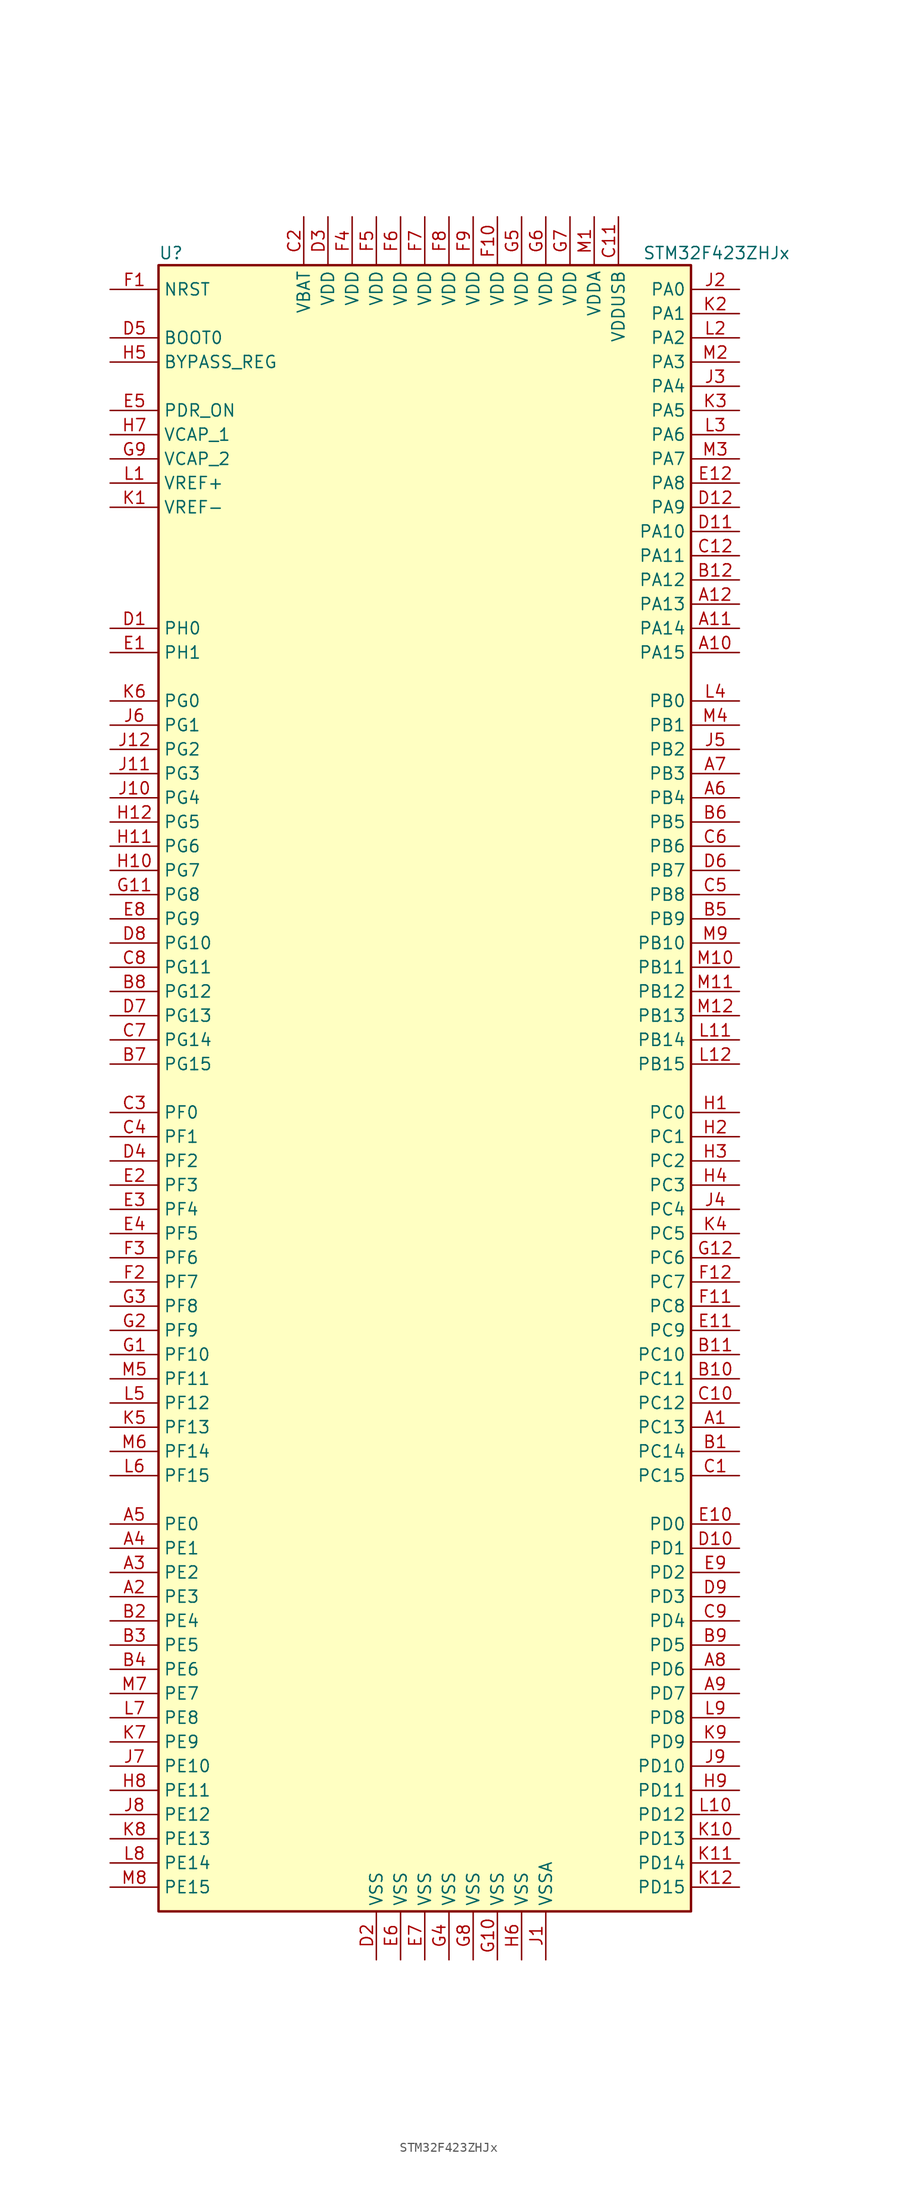
<source format=kicad_sym>
(kicad_symbol_lib
  (version 20220914)
  (generator kicad_symbol_editor)
  (symbol "STM32F423ZHJx"
    (property "Reference" "U"
      (at -27.94 87.63 0)
      (effects (font (size 1.27 1.27)) (justify left)))
    (property "Value" "STM32F423ZHJx"
      (at 22.86 87.63 0)
      (effects (font (size 1.27 1.27)) (justify left)))
    (symbol "STM32F423ZHJx_0_1"
      (rectangle (start -27.94 -86.36) (end 27.94 86.36) (stroke (width 0.254) (type default)) (fill (type background))))
    (symbol "STM32F423ZHJx_1_1"
      (pin bidirectional line (at 33.02 -35.56 180) (length 5.08) (name "PC13" (effects (font (size 1.27 1.27)))) (number "A1" (effects (font (size 1.27 1.27)))))
      (pin bidirectional line (at 33.02 45.72 180) (length 5.08) (name "PA15" (effects (font (size 1.27 1.27)))) (number "A10" (effects (font (size 1.27 1.27)))))
      (pin bidirectional line (at 33.02 48.26 180) (length 5.08) (name "PA14" (effects (font (size 1.27 1.27)))) (number "A11" (effects (font (size 1.27 1.27)))))
      (pin bidirectional line (at 33.02 50.8 180) (length 5.08) (name "PA13" (effects (font (size 1.27 1.27)))) (number "A12" (effects (font (size 1.27 1.27)))))
      (pin bidirectional line (at -33.02 -53.34 0) (length 5.08) (name "PE3" (effects (font (size 1.27 1.27)))) (number "A2" (effects (font (size 1.27 1.27)))))
      (pin bidirectional line (at -33.02 -50.8 0) (length 5.08) (name "PE2" (effects (font (size 1.27 1.27)))) (number "A3" (effects (font (size 1.27 1.27)))))
      (pin bidirectional line (at -33.02 -48.26 0) (length 5.08) (name "PE1" (effects (font (size 1.27 1.27)))) (number "A4" (effects (font (size 1.27 1.27)))))
      (pin bidirectional line (at -33.02 -45.72 0) (length 5.08) (name "PE0" (effects (font (size 1.27 1.27)))) (number "A5" (effects (font (size 1.27 1.27)))))
      (pin bidirectional line (at 33.02 30.48 180) (length 5.08) (name "PB4" (effects (font (size 1.27 1.27)))) (number "A6" (effects (font (size 1.27 1.27)))))
      (pin bidirectional line (at 33.02 33.02 180) (length 5.08) (name "PB3" (effects (font (size 1.27 1.27)))) (number "A7" (effects (font (size 1.27 1.27)))))
      (pin bidirectional line (at 33.02 -60.96 180) (length 5.08) (name "PD6" (effects (font (size 1.27 1.27)))) (number "A8" (effects (font (size 1.27 1.27)))))
      (pin bidirectional line (at 33.02 -63.5 180) (length 5.08) (name "PD7" (effects (font (size 1.27 1.27)))) (number "A9" (effects (font (size 1.27 1.27)))))
      (pin bidirectional line (at 33.02 -38.1 180) (length 5.08) (name "PC14" (effects (font (size 1.27 1.27)))) (number "B1" (effects (font (size 1.27 1.27)))))
      (pin bidirectional line (at 33.02 -30.48 180) (length 5.08) (name "PC11" (effects (font (size 1.27 1.27)))) (number "B10" (effects (font (size 1.27 1.27)))))
      (pin bidirectional line (at 33.02 -27.94 180) (length 5.08) (name "PC10" (effects (font (size 1.27 1.27)))) (number "B11" (effects (font (size 1.27 1.27)))))
      (pin bidirectional line (at 33.02 53.34 180) (length 5.08) (name "PA12" (effects (font (size 1.27 1.27)))) (number "B12" (effects (font (size 1.27 1.27)))))
      (pin bidirectional line (at -33.02 -55.88 0) (length 5.08) (name "PE4" (effects (font (size 1.27 1.27)))) (number "B2" (effects (font (size 1.27 1.27)))))
      (pin bidirectional line (at -33.02 -58.42 0) (length 5.08) (name "PE5" (effects (font (size 1.27 1.27)))) (number "B3" (effects (font (size 1.27 1.27)))))
      (pin bidirectional line (at -33.02 -60.96 0) (length 5.08) (name "PE6" (effects (font (size 1.27 1.27)))) (number "B4" (effects (font (size 1.27 1.27)))))
      (pin bidirectional line (at 33.02 17.78 180) (length 5.08) (name "PB9" (effects (font (size 1.27 1.27)))) (number "B5" (effects (font (size 1.27 1.27)))))
      (pin bidirectional line (at 33.02 27.94 180) (length 5.08) (name "PB5" (effects (font (size 1.27 1.27)))) (number "B6" (effects (font (size 1.27 1.27)))))
      (pin bidirectional line (at -33.02 2.54 0) (length 5.08) (name "PG15" (effects (font (size 1.27 1.27)))) (number "B7" (effects (font (size 1.27 1.27)))))
      (pin bidirectional line (at -33.02 10.16 0) (length 5.08) (name "PG12" (effects (font (size 1.27 1.27)))) (number "B8" (effects (font (size 1.27 1.27)))))
      (pin bidirectional line (at 33.02 -58.42 180) (length 5.08) (name "PD5" (effects (font (size 1.27 1.27)))) (number "B9" (effects (font (size 1.27 1.27)))))
      (pin bidirectional line (at 33.02 -40.64 180) (length 5.08) (name "PC15" (effects (font (size 1.27 1.27)))) (number "C1" (effects (font (size 1.27 1.27)))))
      (pin bidirectional line (at 33.02 -33.02 180) (length 5.08) (name "PC12" (effects (font (size 1.27 1.27)))) (number "C10" (effects (font (size 1.27 1.27)))))
      (pin power_in line (at 20.32 91.44 270) (length 5.08) (name "VDDUSB" (effects (font (size 1.27 1.27)))) (number "C11" (effects (font (size 1.27 1.27)))))
      (pin bidirectional line (at 33.02 55.88 180) (length 5.08) (name "PA11" (effects (font (size 1.27 1.27)))) (number "C12" (effects (font (size 1.27 1.27)))))
      (pin power_in line (at -12.7 91.44 270) (length 5.08) (name "VBAT" (effects (font (size 1.27 1.27)))) (number "C2" (effects (font (size 1.27 1.27)))))
      (pin bidirectional line (at -33.02 -2.54 0) (length 5.08) (name "PF0" (effects (font (size 1.27 1.27)))) (number "C3" (effects (font (size 1.27 1.27)))))
      (pin bidirectional line (at -33.02 -5.08 0) (length 5.08) (name "PF1" (effects (font (size 1.27 1.27)))) (number "C4" (effects (font (size 1.27 1.27)))))
      (pin bidirectional line (at 33.02 20.32 180) (length 5.08) (name "PB8" (effects (font (size 1.27 1.27)))) (number "C5" (effects (font (size 1.27 1.27)))))
      (pin bidirectional line (at 33.02 25.4 180) (length 5.08) (name "PB6" (effects (font (size 1.27 1.27)))) (number "C6" (effects (font (size 1.27 1.27)))))
      (pin bidirectional line (at -33.02 5.08 0) (length 5.08) (name "PG14" (effects (font (size 1.27 1.27)))) (number "C7" (effects (font (size 1.27 1.27)))))
      (pin bidirectional line (at -33.02 12.7 0) (length 5.08) (name "PG11" (effects (font (size 1.27 1.27)))) (number "C8" (effects (font (size 1.27 1.27)))))
      (pin bidirectional line (at 33.02 -55.88 180) (length 5.08) (name "PD4" (effects (font (size 1.27 1.27)))) (number "C9" (effects (font (size 1.27 1.27)))))
      (pin input line (at -33.02 48.26 0) (length 5.08) (name "PH0" (effects (font (size 1.27 1.27)))) (number "D1" (effects (font (size 1.27 1.27)))))
      (pin bidirectional line (at 33.02 -48.26 180) (length 5.08) (name "PD1" (effects (font (size 1.27 1.27)))) (number "D10" (effects (font (size 1.27 1.27)))))
      (pin bidirectional line (at 33.02 58.42 180) (length 5.08) (name "PA10" (effects (font (size 1.27 1.27)))) (number "D11" (effects (font (size 1.27 1.27)))))
      (pin bidirectional line (at 33.02 60.96 180) (length 5.08) (name "PA9" (effects (font (size 1.27 1.27)))) (number "D12" (effects (font (size 1.27 1.27)))))
      (pin power_in line (at -5.08 -91.44 90) (length 5.08) (name "VSS" (effects (font (size 1.27 1.27)))) (number "D2" (effects (font (size 1.27 1.27)))))
      (pin power_in line (at -10.16 91.44 270) (length 5.08) (name "VDD" (effects (font (size 1.27 1.27)))) (number "D3" (effects (font (size 1.27 1.27)))))
      (pin bidirectional line (at -33.02 -7.62 0) (length 5.08) (name "PF2" (effects (font (size 1.27 1.27)))) (number "D4" (effects (font (size 1.27 1.27)))))
      (pin input line (at -33.02 78.74 0) (length 5.08) (name "BOOT0" (effects (font (size 1.27 1.27)))) (number "D5" (effects (font (size 1.27 1.27)))))
      (pin bidirectional line (at 33.02 22.86 180) (length 5.08) (name "PB7" (effects (font (size 1.27 1.27)))) (number "D6" (effects (font (size 1.27 1.27)))))
      (pin bidirectional line (at -33.02 7.62 0) (length 5.08) (name "PG13" (effects (font (size 1.27 1.27)))) (number "D7" (effects (font (size 1.27 1.27)))))
      (pin bidirectional line (at -33.02 15.24 0) (length 5.08) (name "PG10" (effects (font (size 1.27 1.27)))) (number "D8" (effects (font (size 1.27 1.27)))))
      (pin bidirectional line (at 33.02 -53.34 180) (length 5.08) (name "PD3" (effects (font (size 1.27 1.27)))) (number "D9" (effects (font (size 1.27 1.27)))))
      (pin input line (at -33.02 45.72 0) (length 5.08) (name "PH1" (effects (font (size 1.27 1.27)))) (number "E1" (effects (font (size 1.27 1.27)))))
      (pin bidirectional line (at 33.02 -45.72 180) (length 5.08) (name "PD0" (effects (font (size 1.27 1.27)))) (number "E10" (effects (font (size 1.27 1.27)))))
      (pin bidirectional line (at 33.02 -25.4 180) (length 5.08) (name "PC9" (effects (font (size 1.27 1.27)))) (number "E11" (effects (font (size 1.27 1.27)))))
      (pin bidirectional line (at 33.02 63.5 180) (length 5.08) (name "PA8" (effects (font (size 1.27 1.27)))) (number "E12" (effects (font (size 1.27 1.27)))))
      (pin bidirectional line (at -33.02 -10.16 0) (length 5.08) (name "PF3" (effects (font (size 1.27 1.27)))) (number "E2" (effects (font (size 1.27 1.27)))))
      (pin bidirectional line (at -33.02 -12.7 0) (length 5.08) (name "PF4" (effects (font (size 1.27 1.27)))) (number "E3" (effects (font (size 1.27 1.27)))))
      (pin bidirectional line (at -33.02 -15.24 0) (length 5.08) (name "PF5" (effects (font (size 1.27 1.27)))) (number "E4" (effects (font (size 1.27 1.27)))))
      (pin power_in line (at -33.02 71.12 0) (length 5.08) (name "PDR_ON" (effects (font (size 1.27 1.27)))) (number "E5" (effects (font (size 1.27 1.27)))))
      (pin power_in line (at -2.54 -91.44 90) (length 5.08) (name "VSS" (effects (font (size 1.27 1.27)))) (number "E6" (effects (font (size 1.27 1.27)))))
      (pin power_in line (at 0 -91.44 90) (length 5.08) (name "VSS" (effects (font (size 1.27 1.27)))) (number "E7" (effects (font (size 1.27 1.27)))))
      (pin bidirectional line (at -33.02 17.78 0) (length 5.08) (name "PG9" (effects (font (size 1.27 1.27)))) (number "E8" (effects (font (size 1.27 1.27)))))
      (pin bidirectional line (at 33.02 -50.8 180) (length 5.08) (name "PD2" (effects (font (size 1.27 1.27)))) (number "E9" (effects (font (size 1.27 1.27)))))
      (pin input line (at -33.02 83.82 0) (length 5.08) (name "NRST" (effects (font (size 1.27 1.27)))) (number "F1" (effects (font (size 1.27 1.27)))))
      (pin power_in line (at 7.62 91.44 270) (length 5.08) (name "VDD" (effects (font (size 1.27 1.27)))) (number "F10" (effects (font (size 1.27 1.27)))))
      (pin bidirectional line (at 33.02 -22.86 180) (length 5.08) (name "PC8" (effects (font (size 1.27 1.27)))) (number "F11" (effects (font (size 1.27 1.27)))))
      (pin bidirectional line (at 33.02 -20.32 180) (length 5.08) (name "PC7" (effects (font (size 1.27 1.27)))) (number "F12" (effects (font (size 1.27 1.27)))))
      (pin bidirectional line (at -33.02 -20.32 0) (length 5.08) (name "PF7" (effects (font (size 1.27 1.27)))) (number "F2" (effects (font (size 1.27 1.27)))))
      (pin bidirectional line (at -33.02 -17.78 0) (length 5.08) (name "PF6" (effects (font (size 1.27 1.27)))) (number "F3" (effects (font (size 1.27 1.27)))))
      (pin power_in line (at -7.62 91.44 270) (length 5.08) (name "VDD" (effects (font (size 1.27 1.27)))) (number "F4" (effects (font (size 1.27 1.27)))))
      (pin power_in line (at -5.08 91.44 270) (length 5.08) (name "VDD" (effects (font (size 1.27 1.27)))) (number "F5" (effects (font (size 1.27 1.27)))))
      (pin power_in line (at -2.54 91.44 270) (length 5.08) (name "VDD" (effects (font (size 1.27 1.27)))) (number "F6" (effects (font (size 1.27 1.27)))))
      (pin power_in line (at 0 91.44 270) (length 5.08) (name "VDD" (effects (font (size 1.27 1.27)))) (number "F7" (effects (font (size 1.27 1.27)))))
      (pin power_in line (at 2.54 91.44 270) (length 5.08) (name "VDD" (effects (font (size 1.27 1.27)))) (number "F8" (effects (font (size 1.27 1.27)))))
      (pin power_in line (at 5.08 91.44 270) (length 5.08) (name "VDD" (effects (font (size 1.27 1.27)))) (number "F9" (effects (font (size 1.27 1.27)))))
      (pin bidirectional line (at -33.02 -27.94 0) (length 5.08) (name "PF10" (effects (font (size 1.27 1.27)))) (number "G1" (effects (font (size 1.27 1.27)))))
      (pin power_in line (at 7.62 -91.44 90) (length 5.08) (name "VSS" (effects (font (size 1.27 1.27)))) (number "G10" (effects (font (size 1.27 1.27)))))
      (pin bidirectional line (at -33.02 20.32 0) (length 5.08) (name "PG8" (effects (font (size 1.27 1.27)))) (number "G11" (effects (font (size 1.27 1.27)))))
      (pin bidirectional line (at 33.02 -17.78 180) (length 5.08) (name "PC6" (effects (font (size 1.27 1.27)))) (number "G12" (effects (font (size 1.27 1.27)))))
      (pin bidirectional line (at -33.02 -25.4 0) (length 5.08) (name "PF9" (effects (font (size 1.27 1.27)))) (number "G2" (effects (font (size 1.27 1.27)))))
      (pin bidirectional line (at -33.02 -22.86 0) (length 5.08) (name "PF8" (effects (font (size 1.27 1.27)))) (number "G3" (effects (font (size 1.27 1.27)))))
      (pin power_in line (at 2.54 -91.44 90) (length 5.08) (name "VSS" (effects (font (size 1.27 1.27)))) (number "G4" (effects (font (size 1.27 1.27)))))
      (pin power_in line (at 10.16 91.44 270) (length 5.08) (name "VDD" (effects (font (size 1.27 1.27)))) (number "G5" (effects (font (size 1.27 1.27)))))
      (pin power_in line (at 12.7 91.44 270) (length 5.08) (name "VDD" (effects (font (size 1.27 1.27)))) (number "G6" (effects (font (size 1.27 1.27)))))
      (pin power_in line (at 15.24 91.44 270) (length 5.08) (name "VDD" (effects (font (size 1.27 1.27)))) (number "G7" (effects (font (size 1.27 1.27)))))
      (pin power_in line (at 5.08 -91.44 90) (length 5.08) (name "VSS" (effects (font (size 1.27 1.27)))) (number "G8" (effects (font (size 1.27 1.27)))))
      (pin power_in line (at -33.02 66.04 0) (length 5.08) (name "VCAP_2" (effects (font (size 1.27 1.27)))) (number "G9" (effects (font (size 1.27 1.27)))))
      (pin bidirectional line (at 33.02 -2.54 180) (length 5.08) (name "PC0" (effects (font (size 1.27 1.27)))) (number "H1" (effects (font (size 1.27 1.27)))))
      (pin bidirectional line (at -33.02 22.86 0) (length 5.08) (name "PG7" (effects (font (size 1.27 1.27)))) (number "H10" (effects (font (size 1.27 1.27)))))
      (pin bidirectional line (at -33.02 25.4 0) (length 5.08) (name "PG6" (effects (font (size 1.27 1.27)))) (number "H11" (effects (font (size 1.27 1.27)))))
      (pin bidirectional line (at -33.02 27.94 0) (length 5.08) (name "PG5" (effects (font (size 1.27 1.27)))) (number "H12" (effects (font (size 1.27 1.27)))))
      (pin bidirectional line (at 33.02 -5.08 180) (length 5.08) (name "PC1" (effects (font (size 1.27 1.27)))) (number "H2" (effects (font (size 1.27 1.27)))))
      (pin bidirectional line (at 33.02 -7.62 180) (length 5.08) (name "PC2" (effects (font (size 1.27 1.27)))) (number "H3" (effects (font (size 1.27 1.27)))))
      (pin bidirectional line (at 33.02 -10.16 180) (length 5.08) (name "PC3" (effects (font (size 1.27 1.27)))) (number "H4" (effects (font (size 1.27 1.27)))))
      (pin input line (at -33.02 76.2 0) (length 5.08) (name "BYPASS_REG" (effects (font (size 1.27 1.27)))) (number "H5" (effects (font (size 1.27 1.27)))))
      (pin power_in line (at 10.16 -91.44 90) (length 5.08) (name "VSS" (effects (font (size 1.27 1.27)))) (number "H6" (effects (font (size 1.27 1.27)))))
      (pin power_in line (at -33.02 68.58 0) (length 5.08) (name "VCAP_1" (effects (font (size 1.27 1.27)))) (number "H7" (effects (font (size 1.27 1.27)))))
      (pin bidirectional line (at -33.02 -73.66 0) (length 5.08) (name "PE11" (effects (font (size 1.27 1.27)))) (number "H8" (effects (font (size 1.27 1.27)))))
      (pin bidirectional line (at 33.02 -73.66 180) (length 5.08) (name "PD11" (effects (font (size 1.27 1.27)))) (number "H9" (effects (font (size 1.27 1.27)))))
      (pin power_in line (at 12.7 -91.44 90) (length 5.08) (name "VSSA" (effects (font (size 1.27 1.27)))) (number "J1" (effects (font (size 1.27 1.27)))))
      (pin bidirectional line (at -33.02 30.48 0) (length 5.08) (name "PG4" (effects (font (size 1.27 1.27)))) (number "J10" (effects (font (size 1.27 1.27)))))
      (pin bidirectional line (at -33.02 33.02 0) (length 5.08) (name "PG3" (effects (font (size 1.27 1.27)))) (number "J11" (effects (font (size 1.27 1.27)))))
      (pin bidirectional line (at -33.02 35.56 0) (length 5.08) (name "PG2" (effects (font (size 1.27 1.27)))) (number "J12" (effects (font (size 1.27 1.27)))))
      (pin bidirectional line (at 33.02 83.82 180) (length 5.08) (name "PA0" (effects (font (size 1.27 1.27)))) (number "J2" (effects (font (size 1.27 1.27)))))
      (pin bidirectional line (at 33.02 73.66 180) (length 5.08) (name "PA4" (effects (font (size 1.27 1.27)))) (number "J3" (effects (font (size 1.27 1.27)))))
      (pin bidirectional line (at 33.02 -12.7 180) (length 5.08) (name "PC4" (effects (font (size 1.27 1.27)))) (number "J4" (effects (font (size 1.27 1.27)))))
      (pin bidirectional line (at 33.02 35.56 180) (length 5.08) (name "PB2" (effects (font (size 1.27 1.27)))) (number "J5" (effects (font (size 1.27 1.27)))))
      (pin bidirectional line (at -33.02 38.1 0) (length 5.08) (name "PG1" (effects (font (size 1.27 1.27)))) (number "J6" (effects (font (size 1.27 1.27)))))
      (pin bidirectional line (at -33.02 -71.12 0) (length 5.08) (name "PE10" (effects (font (size 1.27 1.27)))) (number "J7" (effects (font (size 1.27 1.27)))))
      (pin bidirectional line (at -33.02 -76.2 0) (length 5.08) (name "PE12" (effects (font (size 1.27 1.27)))) (number "J8" (effects (font (size 1.27 1.27)))))
      (pin bidirectional line (at 33.02 -71.12 180) (length 5.08) (name "PD10" (effects (font (size 1.27 1.27)))) (number "J9" (effects (font (size 1.27 1.27)))))
      (pin power_in line (at -33.02 60.96 0) (length 5.08) (name "VREF-" (effects (font (size 1.27 1.27)))) (number "K1" (effects (font (size 1.27 1.27)))))
      (pin bidirectional line (at 33.02 -78.74 180) (length 5.08) (name "PD13" (effects (font (size 1.27 1.27)))) (number "K10" (effects (font (size 1.27 1.27)))))
      (pin bidirectional line (at 33.02 -81.28 180) (length 5.08) (name "PD14" (effects (font (size 1.27 1.27)))) (number "K11" (effects (font (size 1.27 1.27)))))
      (pin bidirectional line (at 33.02 -83.82 180) (length 5.08) (name "PD15" (effects (font (size 1.27 1.27)))) (number "K12" (effects (font (size 1.27 1.27)))))
      (pin bidirectional line (at 33.02 81.28 180) (length 5.08) (name "PA1" (effects (font (size 1.27 1.27)))) (number "K2" (effects (font (size 1.27 1.27)))))
      (pin bidirectional line (at 33.02 71.12 180) (length 5.08) (name "PA5" (effects (font (size 1.27 1.27)))) (number "K3" (effects (font (size 1.27 1.27)))))
      (pin bidirectional line (at 33.02 -15.24 180) (length 5.08) (name "PC5" (effects (font (size 1.27 1.27)))) (number "K4" (effects (font (size 1.27 1.27)))))
      (pin bidirectional line (at -33.02 -35.56 0) (length 5.08) (name "PF13" (effects (font (size 1.27 1.27)))) (number "K5" (effects (font (size 1.27 1.27)))))
      (pin bidirectional line (at -33.02 40.64 0) (length 5.08) (name "PG0" (effects (font (size 1.27 1.27)))) (number "K6" (effects (font (size 1.27 1.27)))))
      (pin bidirectional line (at -33.02 -68.58 0) (length 5.08) (name "PE9" (effects (font (size 1.27 1.27)))) (number "K7" (effects (font (size 1.27 1.27)))))
      (pin bidirectional line (at -33.02 -78.74 0) (length 5.08) (name "PE13" (effects (font (size 1.27 1.27)))) (number "K8" (effects (font (size 1.27 1.27)))))
      (pin bidirectional line (at 33.02 -68.58 180) (length 5.08) (name "PD9" (effects (font (size 1.27 1.27)))) (number "K9" (effects (font (size 1.27 1.27)))))
      (pin power_in line (at -33.02 63.5 0) (length 5.08) (name "VREF+" (effects (font (size 1.27 1.27)))) (number "L1" (effects (font (size 1.27 1.27)))))
      (pin bidirectional line (at 33.02 -76.2 180) (length 5.08) (name "PD12" (effects (font (size 1.27 1.27)))) (number "L10" (effects (font (size 1.27 1.27)))))
      (pin bidirectional line (at 33.02 5.08 180) (length 5.08) (name "PB14" (effects (font (size 1.27 1.27)))) (number "L11" (effects (font (size 1.27 1.27)))))
      (pin bidirectional line (at 33.02 2.54 180) (length 5.08) (name "PB15" (effects (font (size 1.27 1.27)))) (number "L12" (effects (font (size 1.27 1.27)))))
      (pin bidirectional line (at 33.02 78.74 180) (length 5.08) (name "PA2" (effects (font (size 1.27 1.27)))) (number "L2" (effects (font (size 1.27 1.27)))))
      (pin bidirectional line (at 33.02 68.58 180) (length 5.08) (name "PA6" (effects (font (size 1.27 1.27)))) (number "L3" (effects (font (size 1.27 1.27)))))
      (pin bidirectional line (at 33.02 40.64 180) (length 5.08) (name "PB0" (effects (font (size 1.27 1.27)))) (number "L4" (effects (font (size 1.27 1.27)))))
      (pin bidirectional line (at -33.02 -33.02 0) (length 5.08) (name "PF12" (effects (font (size 1.27 1.27)))) (number "L5" (effects (font (size 1.27 1.27)))))
      (pin bidirectional line (at -33.02 -40.64 0) (length 5.08) (name "PF15" (effects (font (size 1.27 1.27)))) (number "L6" (effects (font (size 1.27 1.27)))))
      (pin bidirectional line (at -33.02 -66.04 0) (length 5.08) (name "PE8" (effects (font (size 1.27 1.27)))) (number "L7" (effects (font (size 1.27 1.27)))))
      (pin bidirectional line (at -33.02 -81.28 0) (length 5.08) (name "PE14" (effects (font (size 1.27 1.27)))) (number "L8" (effects (font (size 1.27 1.27)))))
      (pin bidirectional line (at 33.02 -66.04 180) (length 5.08) (name "PD8" (effects (font (size 1.27 1.27)))) (number "L9" (effects (font (size 1.27 1.27)))))
      (pin power_in line (at 17.78 91.44 270) (length 5.08) (name "VDDA" (effects (font (size 1.27 1.27)))) (number "M1" (effects (font (size 1.27 1.27)))))
      (pin bidirectional line (at 33.02 12.7 180) (length 5.08) (name "PB11" (effects (font (size 1.27 1.27)))) (number "M10" (effects (font (size 1.27 1.27)))))
      (pin bidirectional line (at 33.02 10.16 180) (length 5.08) (name "PB12" (effects (font (size 1.27 1.27)))) (number "M11" (effects (font (size 1.27 1.27)))))
      (pin bidirectional line (at 33.02 7.62 180) (length 5.08) (name "PB13" (effects (font (size 1.27 1.27)))) (number "M12" (effects (font (size 1.27 1.27)))))
      (pin bidirectional line (at 33.02 76.2 180) (length 5.08) (name "PA3" (effects (font (size 1.27 1.27)))) (number "M2" (effects (font (size 1.27 1.27)))))
      (pin bidirectional line (at 33.02 66.04 180) (length 5.08) (name "PA7" (effects (font (size 1.27 1.27)))) (number "M3" (effects (font (size 1.27 1.27)))))
      (pin bidirectional line (at 33.02 38.1 180) (length 5.08) (name "PB1" (effects (font (size 1.27 1.27)))) (number "M4" (effects (font (size 1.27 1.27)))))
      (pin bidirectional line (at -33.02 -30.48 0) (length 5.08) (name "PF11" (effects (font (size 1.27 1.27)))) (number "M5" (effects (font (size 1.27 1.27)))))
      (pin bidirectional line (at -33.02 -38.1 0) (length 5.08) (name "PF14" (effects (font (size 1.27 1.27)))) (number "M6" (effects (font (size 1.27 1.27)))))
      (pin bidirectional line (at -33.02 -63.5 0) (length 5.08) (name "PE7" (effects (font (size 1.27 1.27)))) (number "M7" (effects (font (size 1.27 1.27)))))
      (pin bidirectional line (at -33.02 -83.82 0) (length 5.08) (name "PE15" (effects (font (size 1.27 1.27)))) (number "M8" (effects (font (size 1.27 1.27)))))
      (pin bidirectional line (at 33.02 15.24 180) (length 5.08) (name "PB10" (effects (font (size 1.27 1.27)))) (number "M9" (effects (font (size 1.27 1.27))))))))
</source>
